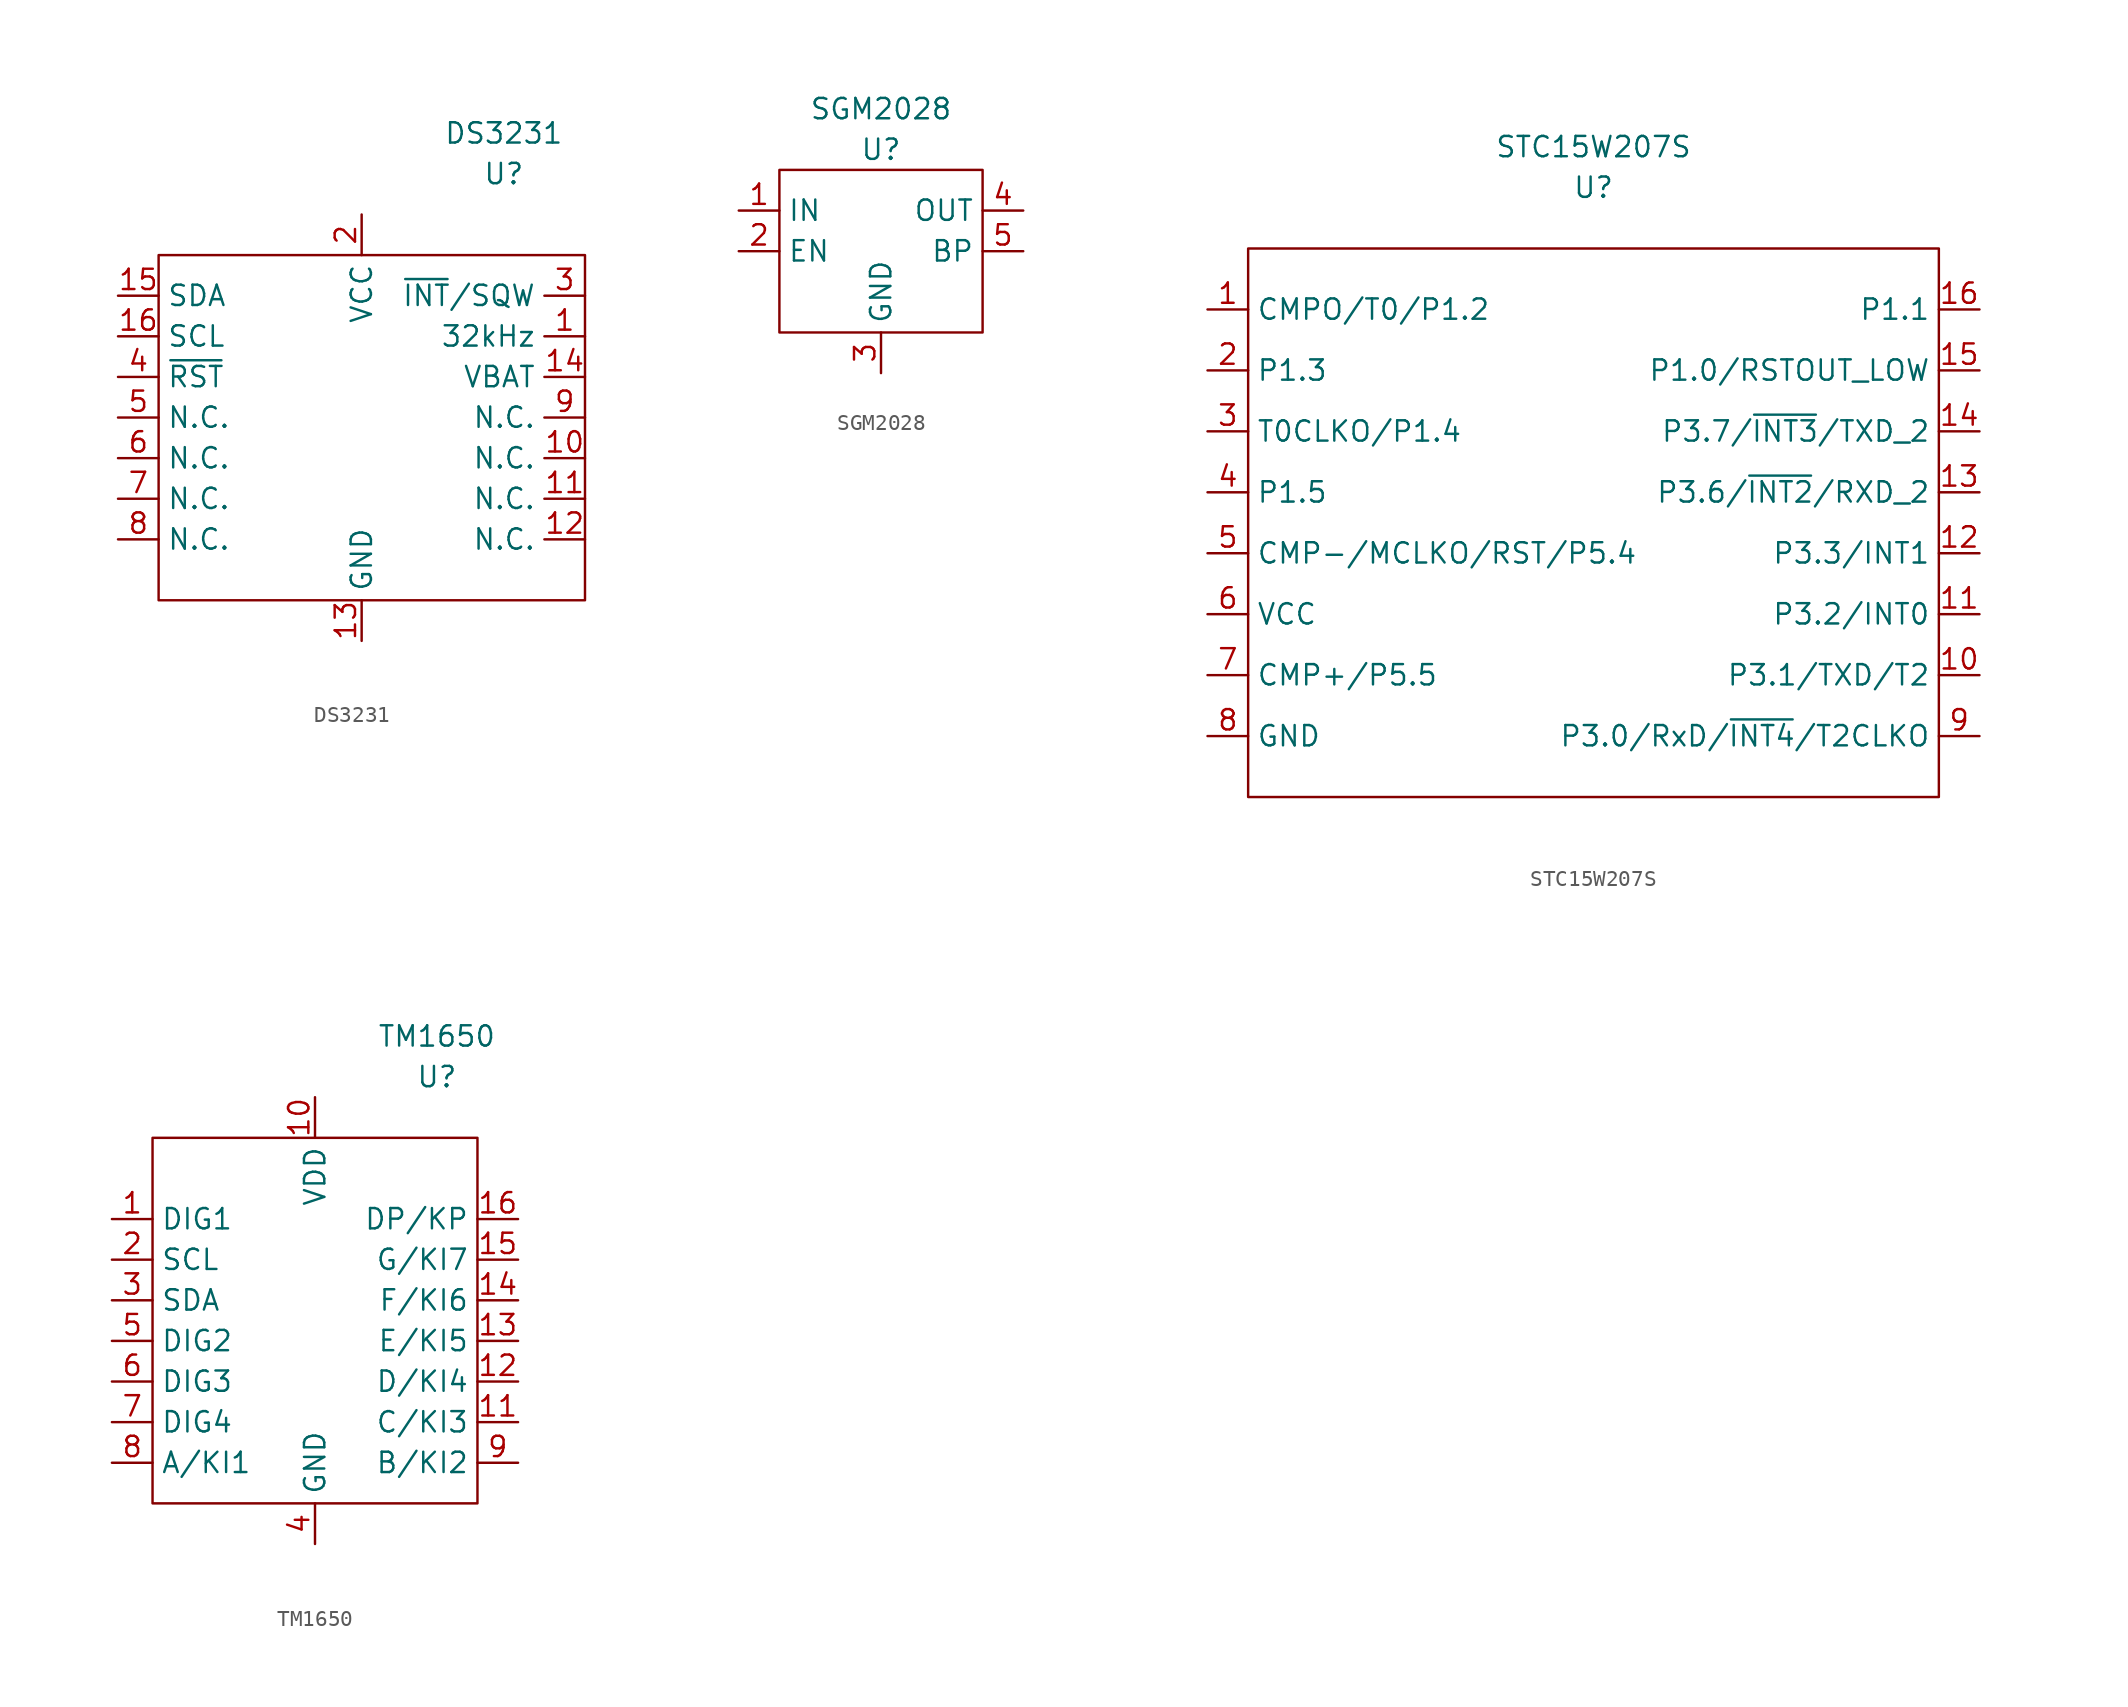
<source format=kicad_sym>
(kicad_symbol_lib
  (version 20211014)
  (generator kicad_symbol_editor)
  (symbol "DS3231"
    (property "Reference" "U"
      (at 6.35 6.35 0)
      (effects (font (size 1.27 1.27))))
    (property "Value" "DS3231"
      (at 6.35 8.89 0)
      (effects (font (size 1.27 1.27))))
    (symbol "DS3231_0_0"
      (pin output line (at 11.43 -3.81 180) (length 2.54) (name "32kHz" (effects (font (size 1.27 1.27)))) (number "1" (effects (font (size 1.27 1.27)))))
      (pin free line (at 11.43 -11.43 180) (length 2.54) (name "N.C." (effects (font (size 1.27 1.27)))) (number "10" (effects (font (size 1.27 1.27)))))
      (pin free line (at 11.43 -13.97 180) (length 2.54) (name "N.C." (effects (font (size 1.27 1.27)))) (number "11" (effects (font (size 1.27 1.27)))))
      (pin free line (at 11.43 -16.51 180) (length 2.54) (name "N.C." (effects (font (size 1.27 1.27)))) (number "12" (effects (font (size 1.27 1.27)))))
      (pin power_in line (at -2.54 -22.86 90) (length 2.54) (name "GND" (effects (font (size 1.27 1.27)))) (number "13" (effects (font (size 1.27 1.27)))))
      (pin power_in line (at 11.43 -6.35 180) (length 2.54) (name "VBAT" (effects (font (size 1.27 1.27)))) (number "14" (effects (font (size 1.27 1.27)))))
      (pin bidirectional line (at -17.78 -1.27 0) (length 2.54) (name "SDA" (effects (font (size 1.27 1.27)))) (number "15" (effects (font (size 1.27 1.27)))))
      (pin bidirectional line (at -17.78 -3.81 0) (length 2.54) (name "SCL" (effects (font (size 1.27 1.27)))) (number "16" (effects (font (size 1.27 1.27)))))
      (pin power_in line (at -2.54 3.81 270) (length 2.54) (name "VCC" (effects (font (size 1.27 1.27)))) (number "2" (effects (font (size 1.27 1.27)))))
      (pin output line (at 11.43 -1.27 180) (length 2.54) (name "~{INT}/SQW" (effects (font (size 1.27 1.27)))) (number "3" (effects (font (size 1.27 1.27)))))
      (pin output line (at -17.78 -6.35 0) (length 2.54) (name "~{RST}" (effects (font (size 1.27 1.27)))) (number "4" (effects (font (size 1.27 1.27)))))
      (pin free line (at -17.78 -8.89 0) (length 2.54) (name "N.C." (effects (font (size 1.27 1.27)))) (number "5" (effects (font (size 1.27 1.27)))))
      (pin free line (at -17.78 -11.43 0) (length 2.54) (name "N.C." (effects (font (size 1.27 1.27)))) (number "6" (effects (font (size 1.27 1.27)))))
      (pin free line (at -17.78 -13.97 0) (length 2.54) (name "N.C." (effects (font (size 1.27 1.27)))) (number "7" (effects (font (size 1.27 1.27)))))
      (pin free line (at -17.78 -16.51 0) (length 2.54) (name "N.C." (effects (font (size 1.27 1.27)))) (number "8" (effects (font (size 1.27 1.27)))))
      (pin free line (at 11.43 -8.89 180) (length 2.54) (name "N.C." (effects (font (size 1.27 1.27)))) (number "9" (effects (font (size 1.27 1.27))))))
    (symbol "DS3231_0_1"
      (rectangle (start -15.24 1.27) (end 11.43 -20.32) (stroke (width 0) (type default) (color 0 0 0 0)) (fill (type none)))))
  (symbol "SGM2028"
    (property "Reference" "U"
      (at 0 1.27 0)
      (effects (font (size 1.27 1.27))))
    (property "Value" "SGM2028"
      (at 0 3.81 0)
      (effects (font (size 1.27 1.27))))
    (symbol "SGM2028_0_0"
      (pin power_in line (at -8.89 -2.54 0) (length 2.54) (name "IN" (effects (font (size 1.27 1.27)))) (number "1" (effects (font (size 1.27 1.27)))))
      (pin input line (at -8.89 -5.08 0) (length 2.54) (name "EN" (effects (font (size 1.27 1.27)))) (number "2" (effects (font (size 1.27 1.27)))))
      (pin power_in line (at 0 -12.7 90) (length 2.54) (name "GND" (effects (font (size 1.27 1.27)))) (number "3" (effects (font (size 1.27 1.27)))))
      (pin power_out line (at 8.89 -2.54 180) (length 2.54) (name "OUT" (effects (font (size 1.27 1.27)))) (number "4" (effects (font (size 1.27 1.27)))))
      (pin output line (at 8.89 -5.08 180) (length 2.54) (name "BP" (effects (font (size 1.27 1.27)))) (number "5" (effects (font (size 1.27 1.27))))))
    (symbol "SGM2028_0_1"
      (rectangle (start -6.35 0) (end 6.35 -10.16) (stroke (width 0) (type default) (color 0 0 0 0)) (fill (type none)))))
  (symbol "STC15W207S"
    (property "Reference" "U"
      (at 5.08 3.81 0)
      (effects (font (size 1.27 1.27))))
    (property "Value" "STC15W207S"
      (at 5.08 6.35 0)
      (effects (font (size 1.27 1.27))))
    (symbol "STC15W207S_0_0"
      (pin bidirectional line (at -19.05 -3.81 0) (length 2.54) (name "CMPO/T0/P1.2" (effects (font (size 1.27 1.27)))) (number "1" (effects (font (size 1.27 1.27)))))
      (pin bidirectional line (at 29.21 -26.67 180) (length 2.54) (name "P3.1/TXD/T2" (effects (font (size 1.27 1.27)))) (number "10" (effects (font (size 1.27 1.27)))))
      (pin bidirectional line (at 29.21 -22.86 180) (length 2.54) (name "P3.2/INT0" (effects (font (size 1.27 1.27)))) (number "11" (effects (font (size 1.27 1.27)))))
      (pin bidirectional line (at 29.21 -19.05 180) (length 2.54) (name "P3.3/INT1" (effects (font (size 1.27 1.27)))) (number "12" (effects (font (size 1.27 1.27)))))
      (pin bidirectional line (at 29.21 -15.24 180) (length 2.54) (name "P3.6/~{INT2}/RXD_2" (effects (font (size 1.27 1.27)))) (number "13" (effects (font (size 1.27 1.27)))))
      (pin bidirectional line (at 29.21 -11.43 180) (length 2.54) (name "P3.7/~{INT3}/TXD_2" (effects (font (size 1.27 1.27)))) (number "14" (effects (font (size 1.27 1.27)))))
      (pin bidirectional line (at 29.21 -7.62 180) (length 2.54) (name "P1.0/RSTOUT_LOW" (effects (font (size 1.27 1.27)))) (number "15" (effects (font (size 1.27 1.27)))))
      (pin bidirectional line (at 29.21 -3.81 180) (length 2.54) (name "P1.1" (effects (font (size 1.27 1.27)))) (number "16" (effects (font (size 1.27 1.27)))))
      (pin bidirectional line (at -19.05 -7.62 0) (length 2.54) (name "P1.3" (effects (font (size 1.27 1.27)))) (number "2" (effects (font (size 1.27 1.27)))))
      (pin bidirectional line (at -19.05 -11.43 0) (length 2.54) (name "T0CLKO/P1.4" (effects (font (size 1.27 1.27)))) (number "3" (effects (font (size 1.27 1.27)))))
      (pin bidirectional line (at -19.05 -15.24 0) (length 2.54) (name "P1.5" (effects (font (size 1.27 1.27)))) (number "4" (effects (font (size 1.27 1.27)))))
      (pin bidirectional line (at -19.05 -19.05 0) (length 2.54) (name "CMP-/MCLKO/RST/P5.4" (effects (font (size 1.27 1.27)))) (number "5" (effects (font (size 1.27 1.27)))))
      (pin power_in line (at -19.05 -22.86 0) (length 2.54) (name "VCC" (effects (font (size 1.27 1.27)))) (number "6" (effects (font (size 1.27 1.27)))))
      (pin bidirectional line (at -19.05 -26.67 0) (length 2.54) (name "CMP+/P5.5" (effects (font (size 1.27 1.27)))) (number "7" (effects (font (size 1.27 1.27)))))
      (pin power_in line (at -19.05 -30.48 0) (length 2.54) (name "GND" (effects (font (size 1.27 1.27)))) (number "8" (effects (font (size 1.27 1.27)))))
      (pin bidirectional line (at 29.21 -30.48 180) (length 2.54) (name "P3.0/RxD/~{INT4}/T2CLKO" (effects (font (size 1.27 1.27)))) (number "9" (effects (font (size 1.27 1.27))))))
    (symbol "STC15W207S_0_1"
      (rectangle (start -16.51 0) (end 26.67 -34.29) (stroke (width 0) (type default) (color 0 0 0 0)) (fill (type none)))))
  (symbol "TM1650"
    (property "Reference" "U"
      (at 20.32 8.89 0)
      (effects (font (size 1.27 1.27))))
    (property "Value" "TM1650"
      (at 20.32 11.43 0)
      (effects (font (size 1.27 1.27))))
    (symbol "TM1650_0_0"
      (pin output line (at 0 0 0) (length 2.54) (name "DIG1" (effects (font (size 1.27 1.27)))) (number "1" (effects (font (size 1.27 1.27)))))
      (pin power_in line (at 12.7 7.62 270) (length 2.54) (name "VDD" (effects (font (size 1.27 1.27)))) (number "10" (effects (font (size 1.27 1.27)))))
      (pin bidirectional line (at 25.4 -12.7 180) (length 2.54) (name "C/KI3" (effects (font (size 1.27 1.27)))) (number "11" (effects (font (size 1.27 1.27)))))
      (pin bidirectional line (at 25.4 -10.16 180) (length 2.54) (name "D/KI4" (effects (font (size 1.27 1.27)))) (number "12" (effects (font (size 1.27 1.27)))))
      (pin bidirectional line (at 25.4 -7.62 180) (length 2.54) (name "E/KI5" (effects (font (size 1.27 1.27)))) (number "13" (effects (font (size 1.27 1.27)))))
      (pin bidirectional line (at 25.4 -5.08 180) (length 2.54) (name "F/KI6" (effects (font (size 1.27 1.27)))) (number "14" (effects (font (size 1.27 1.27)))))
      (pin bidirectional line (at 25.4 -2.54 180) (length 2.54) (name "G/KI7" (effects (font (size 1.27 1.27)))) (number "15" (effects (font (size 1.27 1.27)))))
      (pin bidirectional line (at 25.4 0 180) (length 2.54) (name "DP/KP" (effects (font (size 1.27 1.27)))) (number "16" (effects (font (size 1.27 1.27)))))
      (pin bidirectional line (at 0 -2.54 0) (length 2.54) (name "SCL" (effects (font (size 1.27 1.27)))) (number "2" (effects (font (size 1.27 1.27)))))
      (pin bidirectional line (at 0 -5.08 0) (length 2.54) (name "SDA" (effects (font (size 1.27 1.27)))) (number "3" (effects (font (size 1.27 1.27)))))
      (pin power_in line (at 12.7 -20.32 90) (length 2.54) (name "GND" (effects (font (size 1.27 1.27)))) (number "4" (effects (font (size 1.27 1.27)))))
      (pin output line (at 0 -7.62 0) (length 2.54) (name "DIG2" (effects (font (size 1.27 1.27)))) (number "5" (effects (font (size 1.27 1.27)))))
      (pin output line (at 0 -10.16 0) (length 2.54) (name "DIG3" (effects (font (size 1.27 1.27)))) (number "6" (effects (font (size 1.27 1.27)))))
      (pin output line (at 0 -12.7 0) (length 2.54) (name "DIG4" (effects (font (size 1.27 1.27)))) (number "7" (effects (font (size 1.27 1.27)))))
      (pin bidirectional line (at 0 -15.24 0) (length 2.54) (name "A/KI1" (effects (font (size 1.27 1.27)))) (number "8" (effects (font (size 1.27 1.27)))))
      (pin bidirectional line (at 25.4 -15.24 180) (length 2.54) (name "B/KI2" (effects (font (size 1.27 1.27)))) (number "9" (effects (font (size 1.27 1.27))))))
    (symbol "TM1650_0_1"
      (rectangle (start 2.54 5.08) (end 22.86 -17.78) (stroke (width 0) (type default) (color 0 0 0 0)) (fill (type none))))))
</source>
